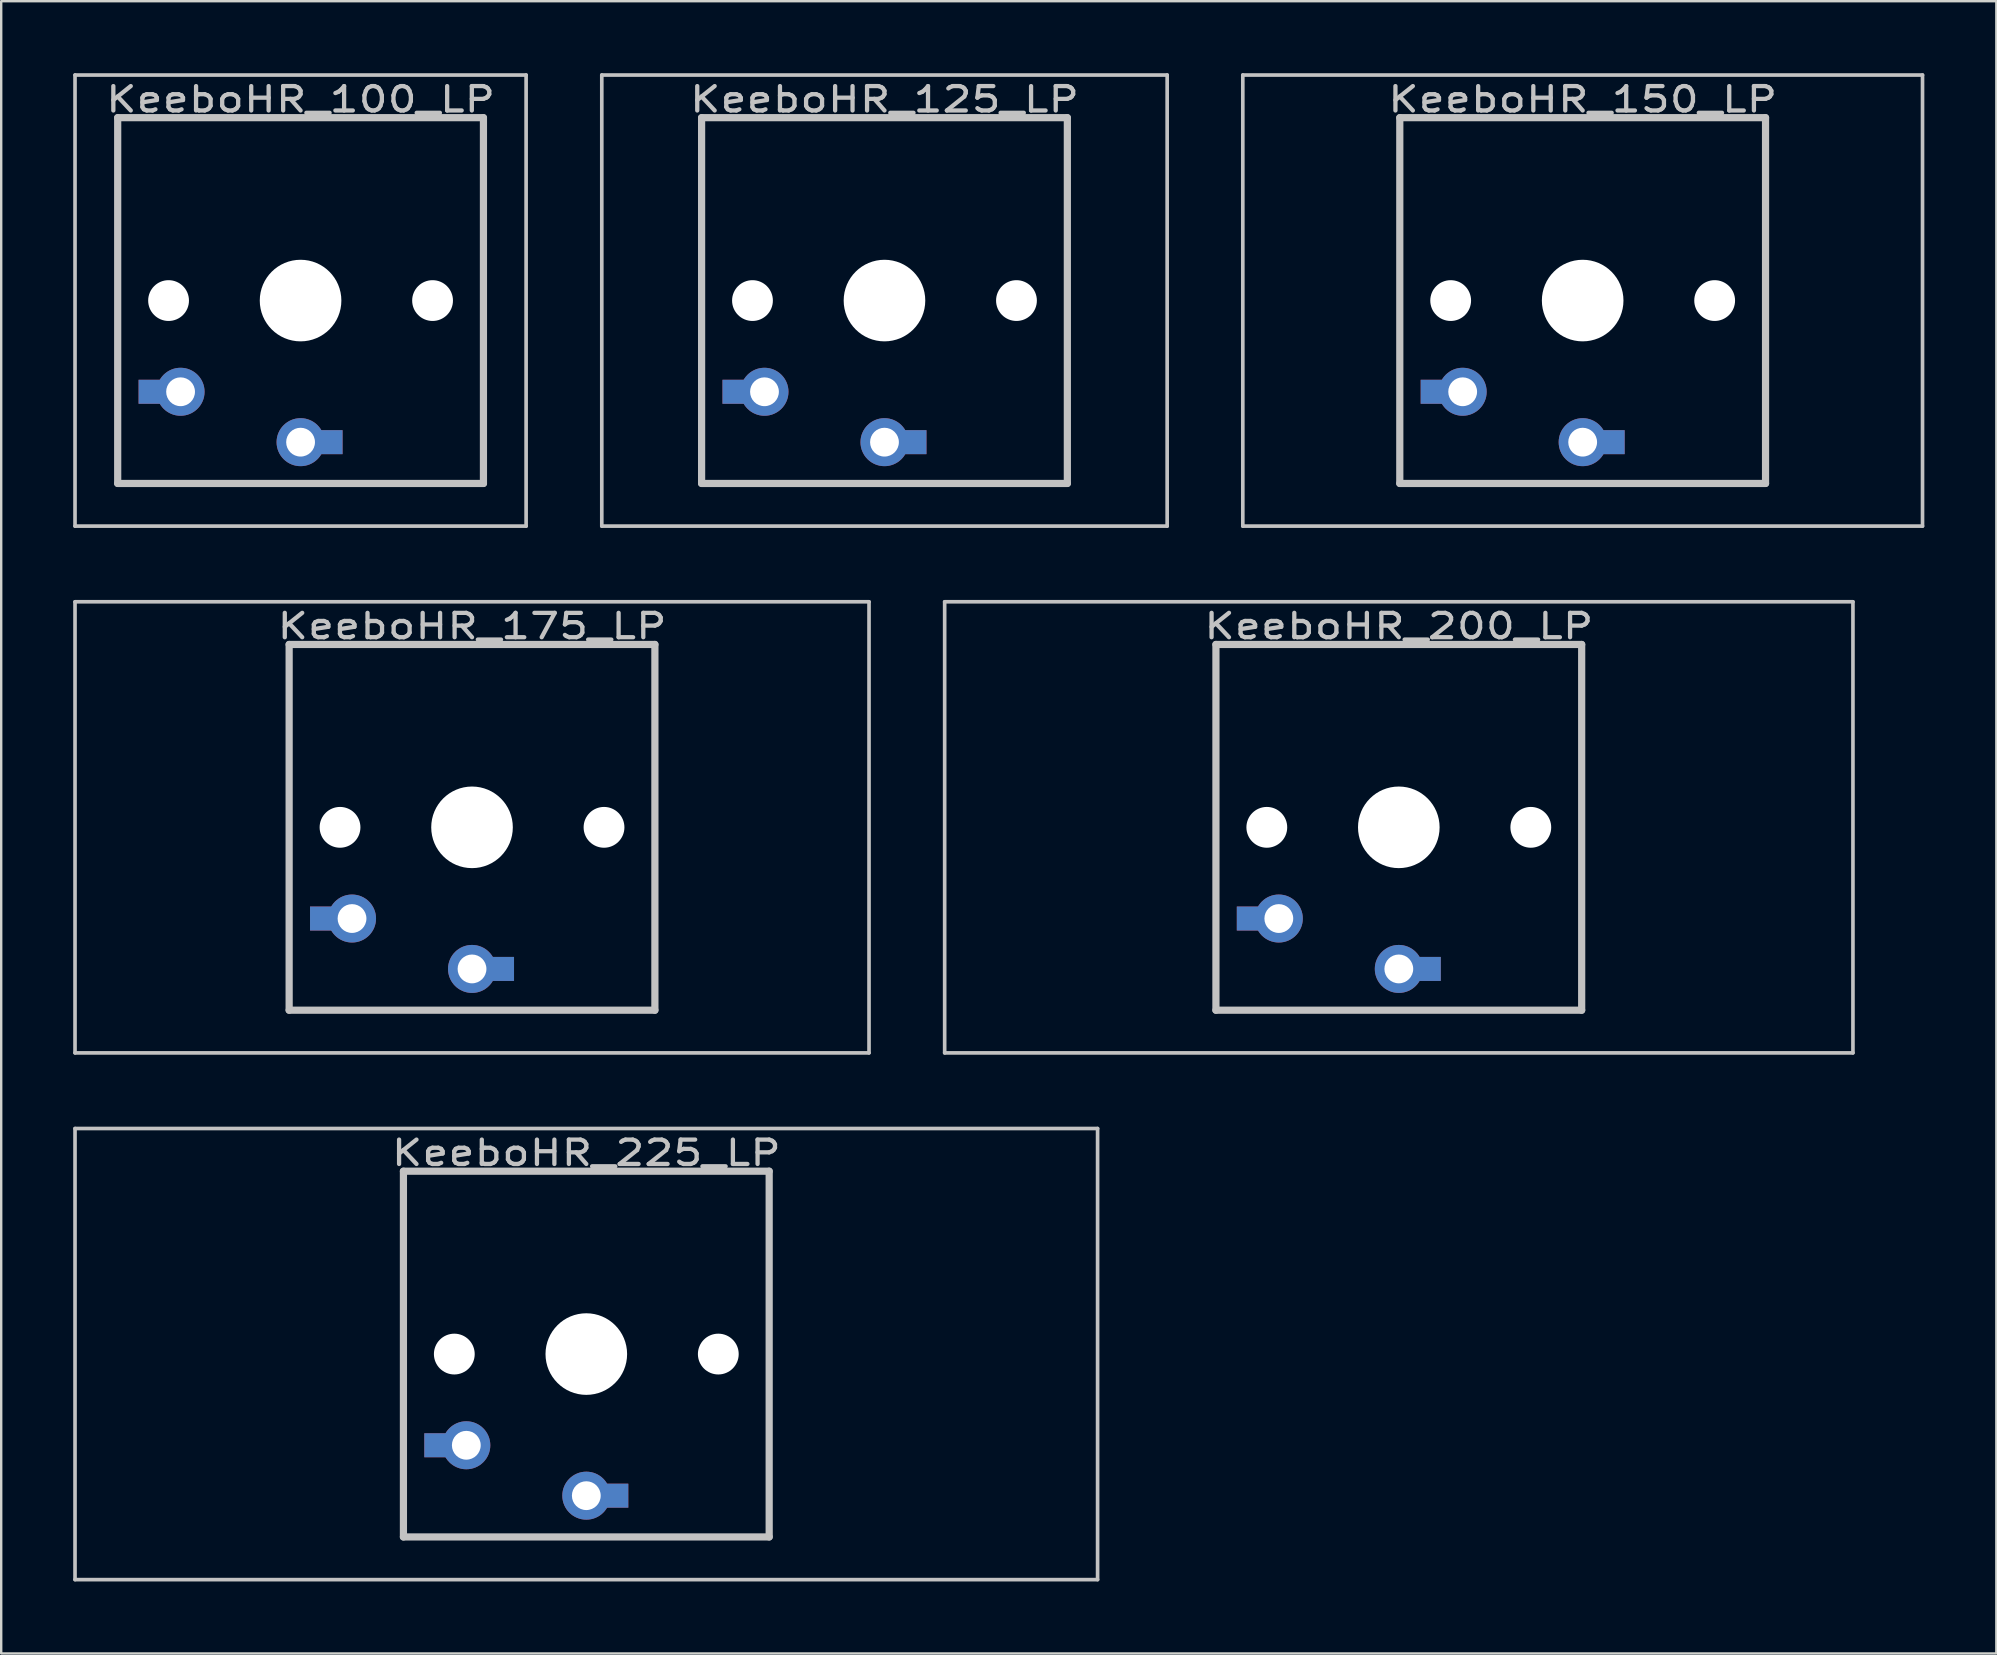
<source format=kicad_pcb>
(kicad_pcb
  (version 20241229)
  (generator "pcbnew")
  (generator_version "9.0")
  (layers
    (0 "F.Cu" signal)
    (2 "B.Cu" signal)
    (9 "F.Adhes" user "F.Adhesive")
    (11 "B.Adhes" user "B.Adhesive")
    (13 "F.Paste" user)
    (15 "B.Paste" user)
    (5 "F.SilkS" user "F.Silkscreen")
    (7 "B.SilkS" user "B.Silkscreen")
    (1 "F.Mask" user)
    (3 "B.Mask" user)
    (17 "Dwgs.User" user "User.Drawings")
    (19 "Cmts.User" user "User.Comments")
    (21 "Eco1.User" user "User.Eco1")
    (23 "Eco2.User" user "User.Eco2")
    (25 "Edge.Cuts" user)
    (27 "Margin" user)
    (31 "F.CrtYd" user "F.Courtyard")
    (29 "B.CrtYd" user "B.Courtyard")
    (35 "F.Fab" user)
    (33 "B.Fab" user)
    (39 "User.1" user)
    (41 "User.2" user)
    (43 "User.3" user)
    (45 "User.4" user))
  (footprint "KeeboHR_125_LP"
    (layer "F.Cu")
    (at 33.804 9.474)
    (property "Reference" "KeeboHR_125_LP" (at 0 -8.382 0) (layer "Dwgs.User") (effects (font (size 1.016 1.27) (thickness 0.178))))
    (attr through_hole)
    (fp_line (start -11.779 -9.398) (end 11.779 -9.398) (stroke (width 0.152) (type solid)) (layer "Dwgs.User"))
    (fp_line (start -11.779 9.398) (end -11.779 -9.398) (stroke (width 0.152) (type solid)) (layer "Dwgs.User"))
    (fp_line (start -7.62 -7.62) (end 7.62 -7.62) (stroke (width 0.3) (type solid)) (layer "Dwgs.User"))
    (fp_line (start -7.62 7.62) (end -7.62 -7.62) (stroke (width 0.3) (type solid)) (layer "Dwgs.User"))
    (fp_line (start 7.62 -7.62) (end 7.62 7.62) (stroke (width 0.3) (type solid)) (layer "Dwgs.User"))
    (fp_line (start 7.62 7.62) (end -7.62 7.62) (stroke (width 0.3) (type solid)) (layer "Dwgs.User"))
    (fp_line (start 11.779 -9.398) (end 11.779 9.398) (stroke (width 0.152) (type solid)) (layer "Dwgs.User"))
    (fp_line (start 11.779 9.398) (end -11.779 9.398) (stroke (width 0.152) (type solid)) (layer "Dwgs.User"))
    (pad "" np_thru_hole circle (at -5.5 0) (size 1.7 1.7) (drill 1.7) (layers "*.Cu" "*.Mask"))
    (pad "" np_thru_hole circle (at 0 0) (size 3.4 3.4) (drill 3.4) (layers "*.Cu" "*.Mask"))
    (pad "" np_thru_hole circle (at 5.5 0) (size 1.7 1.7) (drill 1.7) (layers "*.Cu" "*.Mask"))
    (pad "1" thru_hole circle (at 0 5.9) (size 2 2) (drill 1.2) (layers "*.Cu" "*.Mask"))
    (pad "1" smd rect (at 1.25 5.9) (size 1 1) (layers "*.Cu" "*.Mask"))
    (pad "2" smd rect (at -6.25 3.8) (size 1 1) (layers "*.Cu" "*.Mask"))
    (pad "2" thru_hole circle (at -5 3.8) (size 2 2) (drill 1.2) (layers "*.Cu" "*.Mask")))
  (footprint "KeeboHR_100_LP"
    (layer "F.Cu")
    (at 9.474 9.474)
    (property "Reference" "KeeboHR_100_LP" (at 0 -8.382 0) (layer "Dwgs.User") (effects (font (size 1.016 1.27) (thickness 0.178))))
    (attr through_hole)
    (fp_line (start -9.398 -9.398) (end 9.398 -9.398) (stroke (width 0.152) (type solid)) (layer "Dwgs.User"))
    (fp_line (start -9.398 9.398) (end -9.398 -9.398) (stroke (width 0.152) (type solid)) (layer "Dwgs.User"))
    (fp_line (start -7.62 -7.62) (end 7.62 -7.62) (stroke (width 0.3) (type solid)) (layer "Dwgs.User"))
    (fp_line (start -7.62 7.62) (end -7.62 -7.62) (stroke (width 0.3) (type solid)) (layer "Dwgs.User"))
    (fp_line (start 7.62 -7.62) (end 7.62 7.62) (stroke (width 0.3) (type solid)) (layer "Dwgs.User"))
    (fp_line (start 7.62 7.62) (end -7.62 7.62) (stroke (width 0.3) (type solid)) (layer "Dwgs.User"))
    (fp_line (start 9.398 -9.398) (end 9.398 9.398) (stroke (width 0.152) (type solid)) (layer "Dwgs.User"))
    (fp_line (start 9.398 9.398) (end -9.398 9.398) (stroke (width 0.152) (type solid)) (layer "Dwgs.User"))
    (pad "" np_thru_hole circle (at -5.5 0) (size 1.7 1.7) (drill 1.7) (layers "*.Cu" "*.Mask"))
    (pad "" np_thru_hole circle (at 0 0) (size 3.4 3.4) (drill 3.4) (layers "*.Cu" "*.Mask"))
    (pad "" np_thru_hole circle (at 5.5 0) (size 1.7 1.7) (drill 1.7) (layers "*.Cu" "*.Mask"))
    (pad "1" thru_hole circle (at 0 5.9) (size 2 2) (drill 1.2) (layers "*.Cu" "*.Mask"))
    (pad "1" smd rect (at 1.25 5.9) (size 1 1) (layers "*.Cu" "*.Mask"))
    (pad "2" smd rect (at -6.25 3.8) (size 1 1) (layers "*.Cu" "*.Mask"))
    (pad "2" thru_hole circle (at -5 3.8) (size 2 2) (drill 1.2) (layers "*.Cu" "*.Mask")))
  (footprint "KeeboHR_150_LP"
    (layer "F.Cu")
    (at 62.896 9.474)
    (property "Reference" "KeeboHR_150_LP" (at 0 -8.382 0) (layer "Dwgs.User") (effects (font (size 1.016 1.27) (thickness 0.178))))
    (attr through_hole)
    (fp_line (start -14.161 -9.398) (end 14.161 -9.398) (stroke (width 0.152) (type solid)) (layer "Dwgs.User"))
    (fp_line (start -14.161 9.398) (end -14.161 -9.398) (stroke (width 0.152) (type solid)) (layer "Dwgs.User"))
    (fp_line (start -7.62 -7.62) (end 7.62 -7.62) (stroke (width 0.3) (type solid)) (layer "Dwgs.User"))
    (fp_line (start -7.62 7.62) (end -7.62 -7.62) (stroke (width 0.3) (type solid)) (layer "Dwgs.User"))
    (fp_line (start 7.62 -7.62) (end 7.62 7.62) (stroke (width 0.3) (type solid)) (layer "Dwgs.User"))
    (fp_line (start 7.62 7.62) (end -7.62 7.62) (stroke (width 0.3) (type solid)) (layer "Dwgs.User"))
    (fp_line (start 14.161 -9.398) (end 14.161 9.398) (stroke (width 0.152) (type solid)) (layer "Dwgs.User"))
    (fp_line (start 14.161 9.398) (end -14.161 9.398) (stroke (width 0.152) (type solid)) (layer "Dwgs.User"))
    (pad "" np_thru_hole circle (at -5.5 0) (size 1.7 1.7) (drill 1.7) (layers "*.Cu" "*.Mask"))
    (pad "" np_thru_hole circle (at 0 0) (size 3.4 3.4) (drill 3.4) (layers "*.Cu" "*.Mask"))
    (pad "" np_thru_hole circle (at 5.5 0) (size 1.7 1.7) (drill 1.7) (layers "*.Cu" "*.Mask"))
    (pad "1" thru_hole circle (at 0 5.9) (size 2 2) (drill 1.2) (layers "*.Cu" "*.Mask"))
    (pad "1" smd rect (at 1.25 5.9) (size 1 1) (layers "*.Cu" "*.Mask"))
    (pad "2" smd rect (at -6.25 3.8) (size 1 1) (layers "*.Cu" "*.Mask"))
    (pad "2" thru_hole circle (at -5 3.8) (size 2 2) (drill 1.2) (layers "*.Cu" "*.Mask")))
  (footprint "KeeboHR_225_LP"
    (layer "F.Cu")
    (at 21.38 53.371)
    (property "Reference" "KeeboHR_225_LP" (at 0 -8.382 0) (layer "Dwgs.User") (effects (font (size 1.016 1.27) (thickness 0.178))))
    (attr through_hole)
    (fp_line (start -21.304 -9.398) (end 21.304 -9.398) (stroke (width 0.152) (type solid)) (layer "Dwgs.User"))
    (fp_line (start -21.304 9.398) (end -21.304 -9.398) (stroke (width 0.152) (type solid)) (layer "Dwgs.User"))
    (fp_line (start -7.62 -7.62) (end 7.62 -7.62) (stroke (width 0.3) (type solid)) (layer "Dwgs.User"))
    (fp_line (start -7.62 7.62) (end -7.62 -7.62) (stroke (width 0.3) (type solid)) (layer "Dwgs.User"))
    (fp_line (start 7.62 -7.62) (end 7.62 7.62) (stroke (width 0.3) (type solid)) (layer "Dwgs.User"))
    (fp_line (start 7.62 7.62) (end -7.62 7.62) (stroke (width 0.3) (type solid)) (layer "Dwgs.User"))
    (fp_line (start 21.304 -9.398) (end 21.304 9.398) (stroke (width 0.152) (type solid)) (layer "Dwgs.User"))
    (fp_line (start 21.304 9.398) (end -21.304 9.398) (stroke (width 0.152) (type solid)) (layer "Dwgs.User"))
    (pad "" np_thru_hole circle (at -5.5 0) (size 1.7 1.7) (drill 1.7) (layers "*.Cu" "*.Mask"))
    (pad "" np_thru_hole circle (at 0 0) (size 3.4 3.4) (drill 3.4) (layers "*.Cu" "*.Mask"))
    (pad "" np_thru_hole circle (at 5.5 0) (size 1.7 1.7) (drill 1.7) (layers "*.Cu" "*.Mask"))
    (pad "1" thru_hole circle (at 0 5.9) (size 2 2) (drill 1.2) (layers "*.Cu" "*.Mask"))
    (pad "1" smd rect (at 1.25 5.9) (size 1 1) (layers "*.Cu" "*.Mask"))
    (pad "2" smd rect (at -6.25 3.8) (size 1 1) (layers "*.Cu" "*.Mask"))
    (pad "2" thru_hole circle (at -5 3.8) (size 2 2) (drill 1.2) (layers "*.Cu" "*.Mask")))
  (footprint "KeeboHR_200_LP"
    (layer "F.Cu")
    (at 55.235 31.423)
    (property "Reference" "KeeboHR_200_LP" (at 0 -8.382 0) (layer "Dwgs.User") (effects (font (size 1.016 1.27) (thickness 0.178))))
    (attr through_hole)
    (fp_line (start -18.923 -9.398) (end 18.923 -9.398) (stroke (width 0.152) (type solid)) (layer "Dwgs.User"))
    (fp_line (start -18.923 9.398) (end -18.923 -9.398) (stroke (width 0.152) (type solid)) (layer "Dwgs.User"))
    (fp_line (start -7.62 -7.62) (end 7.62 -7.62) (stroke (width 0.3) (type solid)) (layer "Dwgs.User"))
    (fp_line (start -7.62 7.62) (end -7.62 -7.62) (stroke (width 0.3) (type solid)) (layer "Dwgs.User"))
    (fp_line (start 7.62 -7.62) (end 7.62 7.62) (stroke (width 0.3) (type solid)) (layer "Dwgs.User"))
    (fp_line (start 7.62 7.62) (end -7.62 7.62) (stroke (width 0.3) (type solid)) (layer "Dwgs.User"))
    (fp_line (start 18.923 -9.398) (end 18.923 9.398) (stroke (width 0.152) (type solid)) (layer "Dwgs.User"))
    (fp_line (start 18.923 9.398) (end -18.923 9.398) (stroke (width 0.152) (type solid)) (layer "Dwgs.User"))
    (pad "" np_thru_hole circle (at -5.5 0) (size 1.7 1.7) (drill 1.7) (layers "*.Cu" "*.Mask"))
    (pad "" np_thru_hole circle (at 0 0) (size 3.4 3.4) (drill 3.4) (layers "*.Cu" "*.Mask"))
    (pad "" np_thru_hole circle (at 5.5 0) (size 1.7 1.7) (drill 1.7) (layers "*.Cu" "*.Mask"))
    (pad "1" thru_hole circle (at 0 5.9) (size 2 2) (drill 1.2) (layers "*.Cu" "*.Mask"))
    (pad "1" smd rect (at 1.25 5.9) (size 1 1) (layers "*.Cu" "*.Mask"))
    (pad "2" smd rect (at -6.25 3.8) (size 1 1) (layers "*.Cu" "*.Mask"))
    (pad "2" thru_hole circle (at -5 3.8) (size 2 2) (drill 1.2) (layers "*.Cu" "*.Mask")))
  (footprint "KeeboHR_175_LP"
    (layer "F.Cu")
    (at 16.618 31.423)
    (property "Reference" "KeeboHR_175_LP" (at 0 -8.382 0) (layer "Dwgs.User") (effects (font (size 1.016 1.27) (thickness 0.178))))
    (attr through_hole)
    (fp_line (start -16.542 -9.398) (end 16.542 -9.398) (stroke (width 0.152) (type solid)) (layer "Dwgs.User"))
    (fp_line (start -16.542 9.398) (end -16.542 -9.398) (stroke (width 0.152) (type solid)) (layer "Dwgs.User"))
    (fp_line (start -7.62 -7.62) (end 7.62 -7.62) (stroke (width 0.3) (type solid)) (layer "Dwgs.User"))
    (fp_line (start -7.62 7.62) (end -7.62 -7.62) (stroke (width 0.3) (type solid)) (layer "Dwgs.User"))
    (fp_line (start 7.62 -7.62) (end 7.62 7.62) (stroke (width 0.3) (type solid)) (layer "Dwgs.User"))
    (fp_line (start 7.62 7.62) (end -7.62 7.62) (stroke (width 0.3) (type solid)) (layer "Dwgs.User"))
    (fp_line (start 16.542 -9.398) (end 16.542 9.398) (stroke (width 0.152) (type solid)) (layer "Dwgs.User"))
    (fp_line (start 16.542 9.398) (end -16.542 9.398) (stroke (width 0.152) (type solid)) (layer "Dwgs.User"))
    (pad "" np_thru_hole circle (at -5.5 0) (size 1.7 1.7) (drill 1.7) (layers "*.Cu" "*.Mask"))
    (pad "" np_thru_hole circle (at 0 0) (size 3.4 3.4) (drill 3.4) (layers "*.Cu" "*.Mask"))
    (pad "" np_thru_hole circle (at 5.5 0) (size 1.7 1.7) (drill 1.7) (layers "*.Cu" "*.Mask"))
    (pad "1" thru_hole circle (at 0 5.9) (size 2 2) (drill 1.2) (layers "*.Cu" "*.Mask"))
    (pad "1" smd rect (at 1.25 5.9) (size 1 1) (layers "*.Cu" "*.Mask"))
    (pad "2" smd rect (at -6.25 3.8) (size 1 1) (layers "*.Cu" "*.Mask"))
    (pad "2" thru_hole circle (at -5 3.8) (size 2 2) (drill 1.2) (layers "*.Cu" "*.Mask")))
  (gr_rect
    (start -3 -3)
    (end 80.133 65.845)
    (stroke (width 0.1) (type default))
    (fill no)
    (layer "Edge.Cuts")))
</source>
